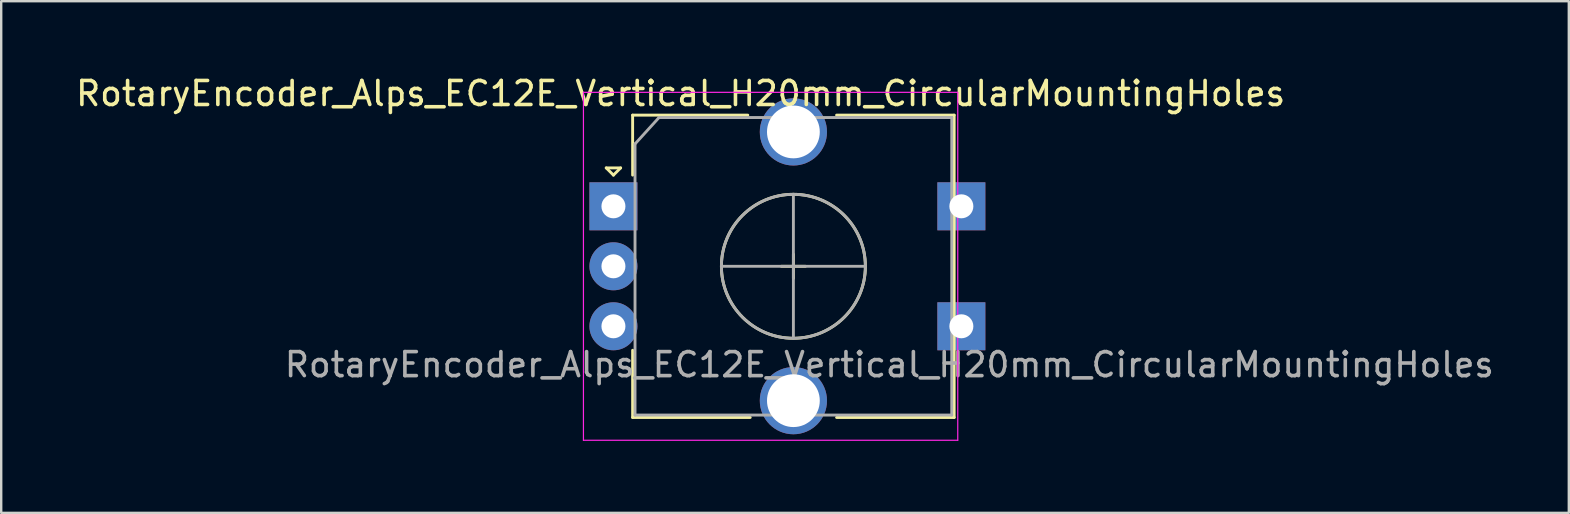
<source format=kicad_pcb>
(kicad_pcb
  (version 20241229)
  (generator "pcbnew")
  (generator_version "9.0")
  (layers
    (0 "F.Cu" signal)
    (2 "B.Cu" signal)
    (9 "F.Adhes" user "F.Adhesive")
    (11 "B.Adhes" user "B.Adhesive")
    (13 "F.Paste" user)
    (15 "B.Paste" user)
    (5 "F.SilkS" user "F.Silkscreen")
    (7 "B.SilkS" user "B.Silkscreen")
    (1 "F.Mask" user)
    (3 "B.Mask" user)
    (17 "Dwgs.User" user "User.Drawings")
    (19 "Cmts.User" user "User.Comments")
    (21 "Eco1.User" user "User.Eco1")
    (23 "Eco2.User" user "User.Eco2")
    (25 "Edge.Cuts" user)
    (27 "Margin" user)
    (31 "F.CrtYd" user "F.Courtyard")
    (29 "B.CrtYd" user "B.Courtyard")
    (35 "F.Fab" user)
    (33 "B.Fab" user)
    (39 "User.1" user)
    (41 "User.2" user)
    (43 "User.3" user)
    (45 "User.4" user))
  (footprint "RotaryEncoder_Alps_EC12E_Vertical_H20mm_CircularMountingHoles"
    (layer "F.Cu")
    (at 22.515 5.548)
    (property "Reference" "RotaryEncoder_Alps_EC12E_Vertical_H20mm_CircularMountingHoles" (at 2.8 -4.7 0) (layer "F.SilkS") (effects (font (size 1 1) (thickness 0.15))))
    (attr through_hole)
    (fp_line (start -0.3 -1.6) (end 0.3 -1.6) (stroke (width 0.12) (type solid)) (layer "F.SilkS"))
    (fp_line (start 0 -1.3) (end -0.3 -1.6) (stroke (width 0.12) (type solid)) (layer "F.SilkS"))
    (fp_line (start 0.3 -1.6) (end 0 -1.3) (stroke (width 0.12) (type solid)) (layer "F.SilkS"))
    (fp_line (start 0.8 -3.8) (end 0.8 -1.3) (stroke (width 0.12) (type solid)) (layer "F.SilkS"))
    (fp_line (start 0.8 8.8) (end 0.8 6) (stroke (width 0.12) (type solid)) (layer "F.SilkS"))
    (fp_line (start 5.6 -3.8) (end 0.8 -3.8) (stroke (width 0.12) (type solid)) (layer "F.SilkS"))
    (fp_line (start 5.7 8.8) (end 0.8 8.8) (stroke (width 0.12) (type solid)) (layer "F.SilkS"))
    (fp_line (start 7 2.5) (end 8 2.5) (stroke (width 0.12) (type solid)) (layer "F.SilkS"))
    (fp_line (start 7.5 2) (end 7.5 3) (stroke (width 0.12) (type solid)) (layer "F.SilkS"))
    (fp_line (start 9.3 -3.8) (end 14.2 -3.8) (stroke (width 0.12) (type solid)) (layer "F.SilkS"))
    (fp_line (start 14.2 -3.8) (end 14.2 8.8) (stroke (width 0.12) (type solid)) (layer "F.SilkS"))
    (fp_line (start 14.2 8.8) (end 9.3 8.8) (stroke (width 0.12) (type solid)) (layer "F.SilkS"))
    (fp_circle (center 7.5 2.5) (end 10.5 2.5) (stroke (width 0.12) (type solid)) (fill no) (layer "F.SilkS"))
    (fp_line (start -1.25 -4.75) (end -1.25 9.75) (stroke (width 0.05) (type solid)) (layer "F.CrtYd"))
    (fp_line (start -1.25 -4.75) (end 14.35 -4.75) (stroke (width 0.05) (type solid)) (layer "F.CrtYd"))
    (fp_line (start 14.35 9.75) (end -1.25 9.75) (stroke (width 0.05) (type solid)) (layer "F.CrtYd"))
    (fp_line (start 14.35 9.75) (end 14.35 -4.75) (stroke (width 0.05) (type solid)) (layer "F.CrtYd"))
    (fp_line (start 0.9 -2.6) (end 1.9 -3.7) (stroke (width 0.12) (type solid)) (layer "F.Fab"))
    (fp_line (start 0.9 8.7) (end 0.9 -2.6) (stroke (width 0.12) (type solid)) (layer "F.Fab"))
    (fp_line (start 1.9 -3.7) (end 14.1 -3.7) (stroke (width 0.12) (type solid)) (layer "F.Fab"))
    (fp_line (start 4.5 2.5) (end 10.5 2.5) (stroke (width 0.12) (type solid)) (layer "F.Fab"))
    (fp_line (start 7.5 -0.5) (end 7.5 5.5) (stroke (width 0.12) (type solid)) (layer "F.Fab"))
    (fp_line (start 14.1 -3.7) (end 14.1 8.7) (stroke (width 0.12) (type solid)) (layer "F.Fab"))
    (fp_line (start 14.1 8.7) (end 0.9 8.7) (stroke (width 0.12) (type solid)) (layer "F.Fab"))
    (fp_circle (center 7.5 2.5) (end 10.5 2.5) (stroke (width 0.12) (type solid)) (fill no) (layer "F.Fab"))
    (fp_text user "${REFERENCE}" (at 11.5 6.6 0) (layer "F.Fab") (effects (font (size 1 1) (thickness 0.15))))
    (pad "A" thru_hole rect (at 0 0) (size 2 2) (drill 1) (layers "*.Cu" "*.Mask"))
    (pad "B" thru_hole circle (at 0 5) (size 2 2) (drill 1) (layers "*.Cu" "*.Mask"))
    (pad "C" thru_hole circle (at 0 2.5) (size 2 2) (drill 1) (layers "*.Cu" "*.Mask"))
    (pad "MP" thru_hole circle (at 7.5 -3.1) (size 2.8 2.8) (drill 2.2) (layers "*.Cu" "*.Mask"))
    (pad "MP" thru_hole circle (at 7.5 8.1) (size 2.8 2.8) (drill 2.2) (layers "*.Cu" "*.Mask"))
    (pad "S1" thru_hole rect (at 14.5 0) (size 2 2) (drill 1) (layers "*.Cu" "*.Mask"))
    (pad "S2" thru_hole rect (at 14.5 5) (size 2 2) (drill 1) (layers "*.Cu" "*.Mask")))
  (gr_rect
    (start -3 -3)
    (end 62.331 18.323)
    (stroke (width 0.1) (type default))
    (fill no)
    (layer "Edge.Cuts")))
</source>
